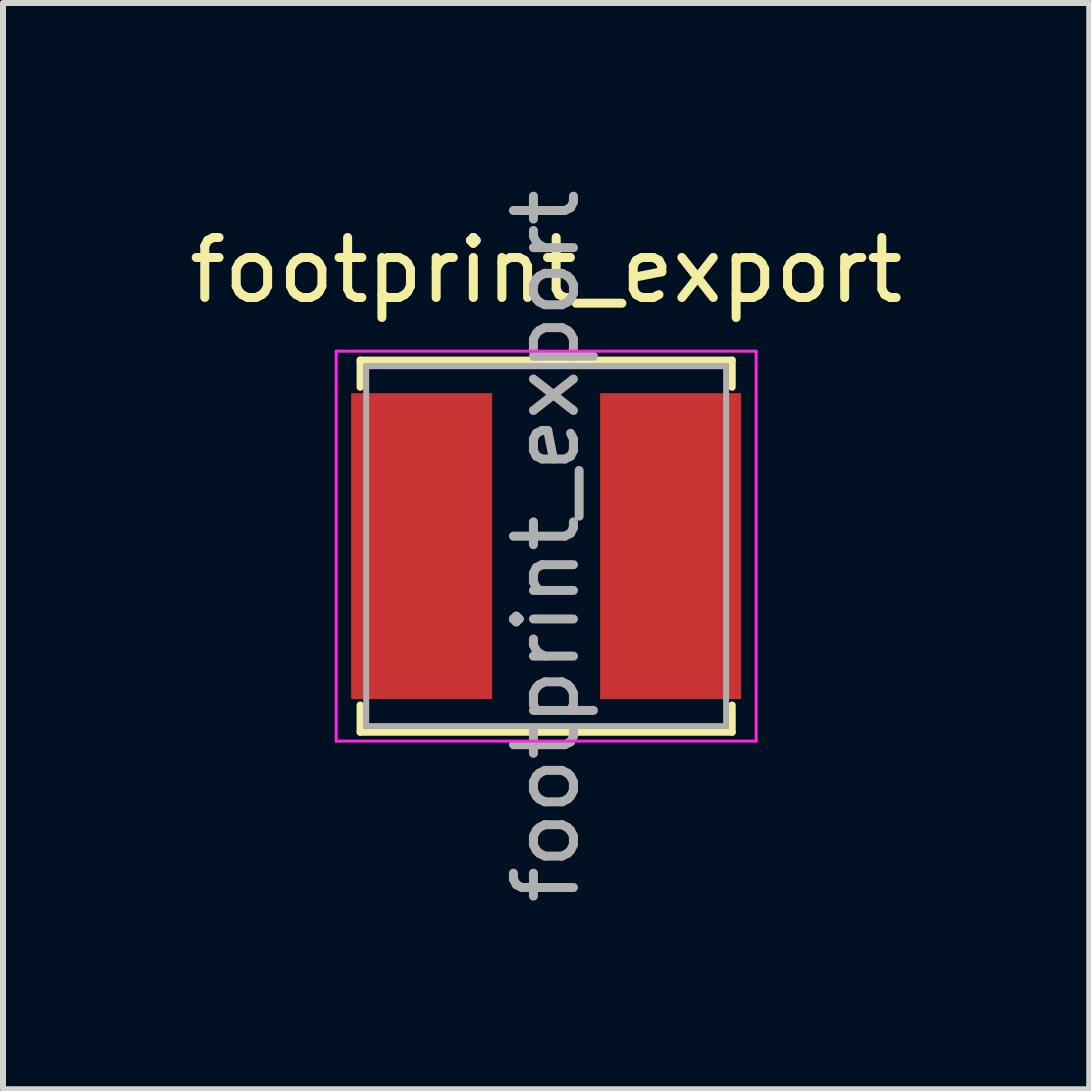
<source format=kicad_pcb>
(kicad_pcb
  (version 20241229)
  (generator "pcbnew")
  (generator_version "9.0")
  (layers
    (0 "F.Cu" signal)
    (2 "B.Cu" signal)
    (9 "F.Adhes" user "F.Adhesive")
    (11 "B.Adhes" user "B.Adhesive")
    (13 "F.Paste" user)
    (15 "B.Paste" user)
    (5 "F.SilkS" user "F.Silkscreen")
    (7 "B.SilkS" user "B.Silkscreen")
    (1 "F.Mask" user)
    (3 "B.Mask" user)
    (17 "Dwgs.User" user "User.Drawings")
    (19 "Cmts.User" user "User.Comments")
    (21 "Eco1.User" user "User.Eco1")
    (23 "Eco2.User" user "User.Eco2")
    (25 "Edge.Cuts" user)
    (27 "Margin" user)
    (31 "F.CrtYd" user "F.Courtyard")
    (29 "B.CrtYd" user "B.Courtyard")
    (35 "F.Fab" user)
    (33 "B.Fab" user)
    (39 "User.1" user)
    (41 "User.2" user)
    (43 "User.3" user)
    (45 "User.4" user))
  (footprint "footprint_export"
    (layer "F.Cu")
    (at 6.054 6.054)
    (property "Reference" "footprint_export" (at 0 -4.6 0) (layer "F.SilkS") (effects (font (size 1 1) (thickness 0.15))))
    (attr smd)
    (fp_line (start -3.1 -3.1) (end -3.1 -2.65) (stroke (width 0.12) (type solid)) (layer "F.SilkS"))
    (fp_line (start -3.1 -3.1) (end 3.1 -3.1) (stroke (width 0.12) (type solid)) (layer "F.SilkS"))
    (fp_line (start -3.1 3.1) (end -3.1 2.65) (stroke (width 0.12) (type solid)) (layer "F.SilkS"))
    (fp_line (start 3.1 -3.1) (end 3.1 -2.65) (stroke (width 0.12) (type solid)) (layer "F.SilkS"))
    (fp_line (start 3.1 3.1) (end -3.1 3.1) (stroke (width 0.12) (type solid)) (layer "F.SilkS"))
    (fp_line (start 3.1 3.1) (end 3.1 2.65) (stroke (width 0.12) (type solid)) (layer "F.SilkS"))
    (fp_line (start -3.5 -3.25) (end -3.5 3.25) (stroke (width 0.05) (type solid)) (layer "F.CrtYd"))
    (fp_line (start -3.5 3.25) (end 3.5 3.25) (stroke (width 0.05) (type solid)) (layer "F.CrtYd"))
    (fp_line (start 3.5 -3.25) (end -3.5 -3.25) (stroke (width 0.05) (type solid)) (layer "F.CrtYd"))
    (fp_line (start 3.5 3.25) (end 3.5 -3.25) (stroke (width 0.05) (type solid)) (layer "F.CrtYd"))
    (fp_line (start -3 -3) (end -3 3) (stroke (width 0.1) (type solid)) (layer "F.Fab"))
    (fp_line (start -3 -3) (end 3 -3) (stroke (width 0.1) (type solid)) (layer "F.Fab"))
    (fp_line (start -3 3) (end 3 3) (stroke (width 0.1) (type solid)) (layer "F.Fab"))
    (fp_line (start 3 3) (end 3 -3) (stroke (width 0.1) (type solid)) (layer "F.Fab"))
    (fp_text user "${REFERENCE}" (at 0 0 90) (layer "F.Fab") (effects (font (size 1 1) (thickness 0.15))))
    (pad "1" smd rect (at -2.075 0) (size 2.35 5.1) (layers "F.Cu" "F.Mask" "F.Paste"))
    (pad "2" smd rect (at 2.075 0) (size 2.35 5.1) (layers "F.Cu" "F.Mask" "F.Paste")))
  (gr_rect
    (start -3 -3)
    (end 15.107 15.107)
    (stroke (width 0.1) (type default))
    (fill no)
    (layer "Edge.Cuts")))
</source>
